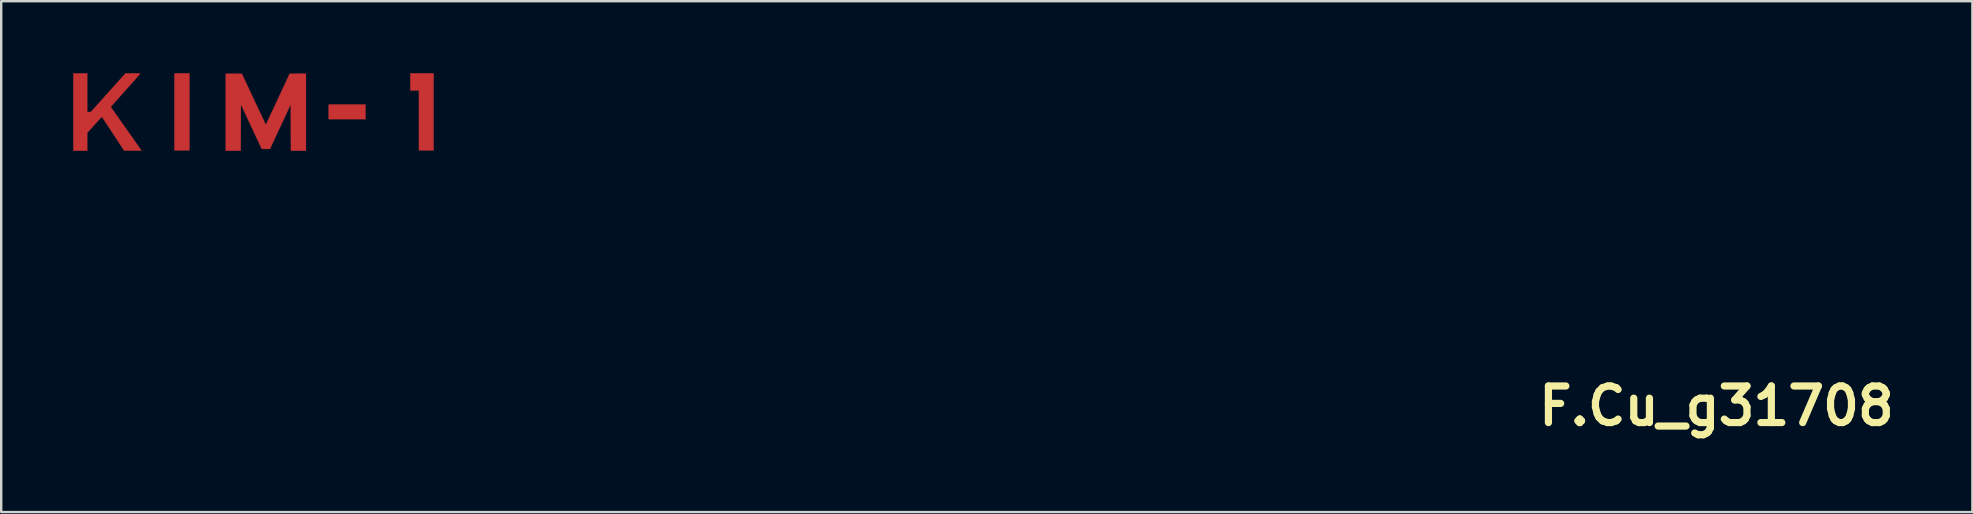
<source format=kicad_pcb>
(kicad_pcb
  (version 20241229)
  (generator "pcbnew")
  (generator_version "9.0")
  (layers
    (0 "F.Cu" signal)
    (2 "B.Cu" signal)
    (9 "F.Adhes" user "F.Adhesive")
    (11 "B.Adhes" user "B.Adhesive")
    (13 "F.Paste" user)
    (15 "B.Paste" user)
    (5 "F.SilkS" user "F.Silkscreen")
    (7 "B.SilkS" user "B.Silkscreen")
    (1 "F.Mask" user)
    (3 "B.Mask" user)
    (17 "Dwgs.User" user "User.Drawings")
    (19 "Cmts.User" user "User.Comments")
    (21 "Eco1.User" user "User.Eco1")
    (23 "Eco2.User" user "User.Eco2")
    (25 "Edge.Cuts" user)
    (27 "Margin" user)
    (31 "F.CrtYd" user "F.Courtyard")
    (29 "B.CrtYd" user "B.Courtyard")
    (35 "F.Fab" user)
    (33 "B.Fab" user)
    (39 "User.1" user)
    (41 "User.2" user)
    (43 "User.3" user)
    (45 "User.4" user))
  (footprint "F.Cu_g31708"
    (layer "F.Cu")
    (at 68.48 13.87)
    (property "Reference" "F.Cu_g31708" (at 0 0 0) (layer "F.SilkS") (effects (font (size 1.524 1.524) (thickness 0.3))))
    (attr through_hole)
    (fp_poly (pts (xy -63.634 -10.653) (xy -64.262 -10.653) (xy -64.262 -13.865) (xy -63.634 -13.865) (xy -63.634 -10.653)) (stroke (width 0.01) (type solid)) (fill yes) (layer "F.Cu"))
    (fp_poly (pts (xy -56.298 -11.953) (xy -57.837 -11.953) (xy -57.837 -12.566) (xy -56.298 -12.566) (xy -56.298 -11.953)) (stroke (width 0.01) (type solid)) (fill yes) (layer "F.Cu"))
    (fp_poly (pts (xy -53.46 -10.653) (xy -54.072 -10.653) (xy -54.072 -13.148) (xy -54.431 -13.148) (xy -54.431 -13.865) (xy -53.46 -13.865) (xy -53.46 -10.653)) (stroke (width 0.01) (type solid)) (fill yes) (layer "F.Cu"))
    (fp_poly (pts (xy -61.787 -13.847) (xy -61.449 -13.843) (xy -60.954 -12.786) (xy -60.876 -12.62) (xy -60.802 -12.462) (xy -60.732 -12.313) (xy -60.668 -12.177) (xy -60.61 -12.055) (xy -60.559 -11.95) (xy -60.518 -11.862) (xy -60.485 -11.795) (xy -60.463 -11.751) (xy -60.453 -11.731) (xy -60.452 -11.73) (xy -60.445 -11.743) (xy -60.426 -11.781) (xy -60.396 -11.843) (xy -60.357 -11.925) (xy -60.309 -12.026) (xy -60.254 -12.144) (xy -60.191 -12.277) (xy -60.123 -12.423) (xy -60.05 -12.579) (xy -59.974 -12.744) (xy -59.952 -12.79) (xy -59.459 -13.85) (xy -58.779 -13.85) (xy -58.779 -10.638) (xy -59.406 -10.638) (xy -59.41 -11.604) (xy -59.414 -12.57) (xy -59.847 -11.641) (xy -60.28 -10.713) (xy -60.452 -10.713) (xy -60.624 -10.714) (xy -61.057 -11.642) (xy -61.49 -12.57) (xy -61.494 -11.604) (xy -61.498 -10.638) (xy -62.125 -10.638) (xy -62.125 -13.851) (xy -61.787 -13.847)) (stroke (width 0.01) (type solid)) (fill yes) (layer "F.Cu"))
    (fp_poly (pts (xy -67.893 -12.252) (xy -67.746 -12.252) (xy -67.024 -13.057) (xy -66.301 -13.863) (xy -65.99 -13.864) (xy -65.897 -13.864) (xy -65.816 -13.863) (xy -65.75 -13.86) (xy -65.705 -13.857) (xy -65.685 -13.854) (xy -65.684 -13.852) (xy -65.695 -13.839) (xy -65.723 -13.806) (xy -65.769 -13.754) (xy -65.829 -13.686) (xy -65.902 -13.603) (xy -65.987 -13.508) (xy -66.081 -13.402) (xy -66.183 -13.288) (xy -66.291 -13.167) (xy -66.301 -13.156) (xy -66.41 -13.035) (xy -66.512 -12.92) (xy -66.607 -12.814) (xy -66.691 -12.718) (xy -66.765 -12.634) (xy -66.825 -12.565) (xy -66.871 -12.512) (xy -66.9 -12.477) (xy -66.911 -12.462) (xy -66.911 -12.461) (xy -66.902 -12.448) (xy -66.877 -12.412) (xy -66.838 -12.355) (xy -66.785 -12.28) (xy -66.721 -12.188) (xy -66.646 -12.081) (xy -66.562 -11.962) (xy -66.47 -11.831) (xy -66.371 -11.692) (xy -66.272 -11.552) (xy -66.169 -11.407) (xy -66.071 -11.268) (xy -65.98 -11.138) (xy -65.896 -11.02) (xy -65.822 -10.914) (xy -65.758 -10.823) (xy -65.707 -10.749) (xy -65.668 -10.693) (xy -65.644 -10.659) (xy -65.637 -10.646) (xy -65.651 -10.644) (xy -65.691 -10.642) (xy -65.753 -10.641) (xy -65.832 -10.641) (xy -65.925 -10.641) (xy -65.998 -10.642) (xy -66.36 -10.646) (xy -66.816 -11.343) (xy -66.901 -11.473) (xy -66.982 -11.595) (xy -67.055 -11.708) (xy -67.121 -11.808) (xy -67.178 -11.894) (xy -67.224 -11.963) (xy -67.257 -12.013) (xy -67.277 -12.043) (xy -67.282 -12.049) (xy -67.293 -12.041) (xy -67.322 -12.012) (xy -67.366 -11.967) (xy -67.422 -11.907) (xy -67.488 -11.835) (xy -67.561 -11.754) (xy -67.591 -11.721) (xy -67.893 -11.384) (xy -67.893 -10.638) (xy -68.475 -10.638) (xy -68.475 -13.865) (xy -67.893 -13.865) (xy -67.893 -12.252)) (stroke (width 0.01) (type solid)) (fill yes) (layer "F.Cu")))
  (gr_rect
    (start -3 -3)
    (end 79.144 18.288)
    (stroke (width 0.1) (type default))
    (fill no)
    (layer "Edge.Cuts")))
</source>
